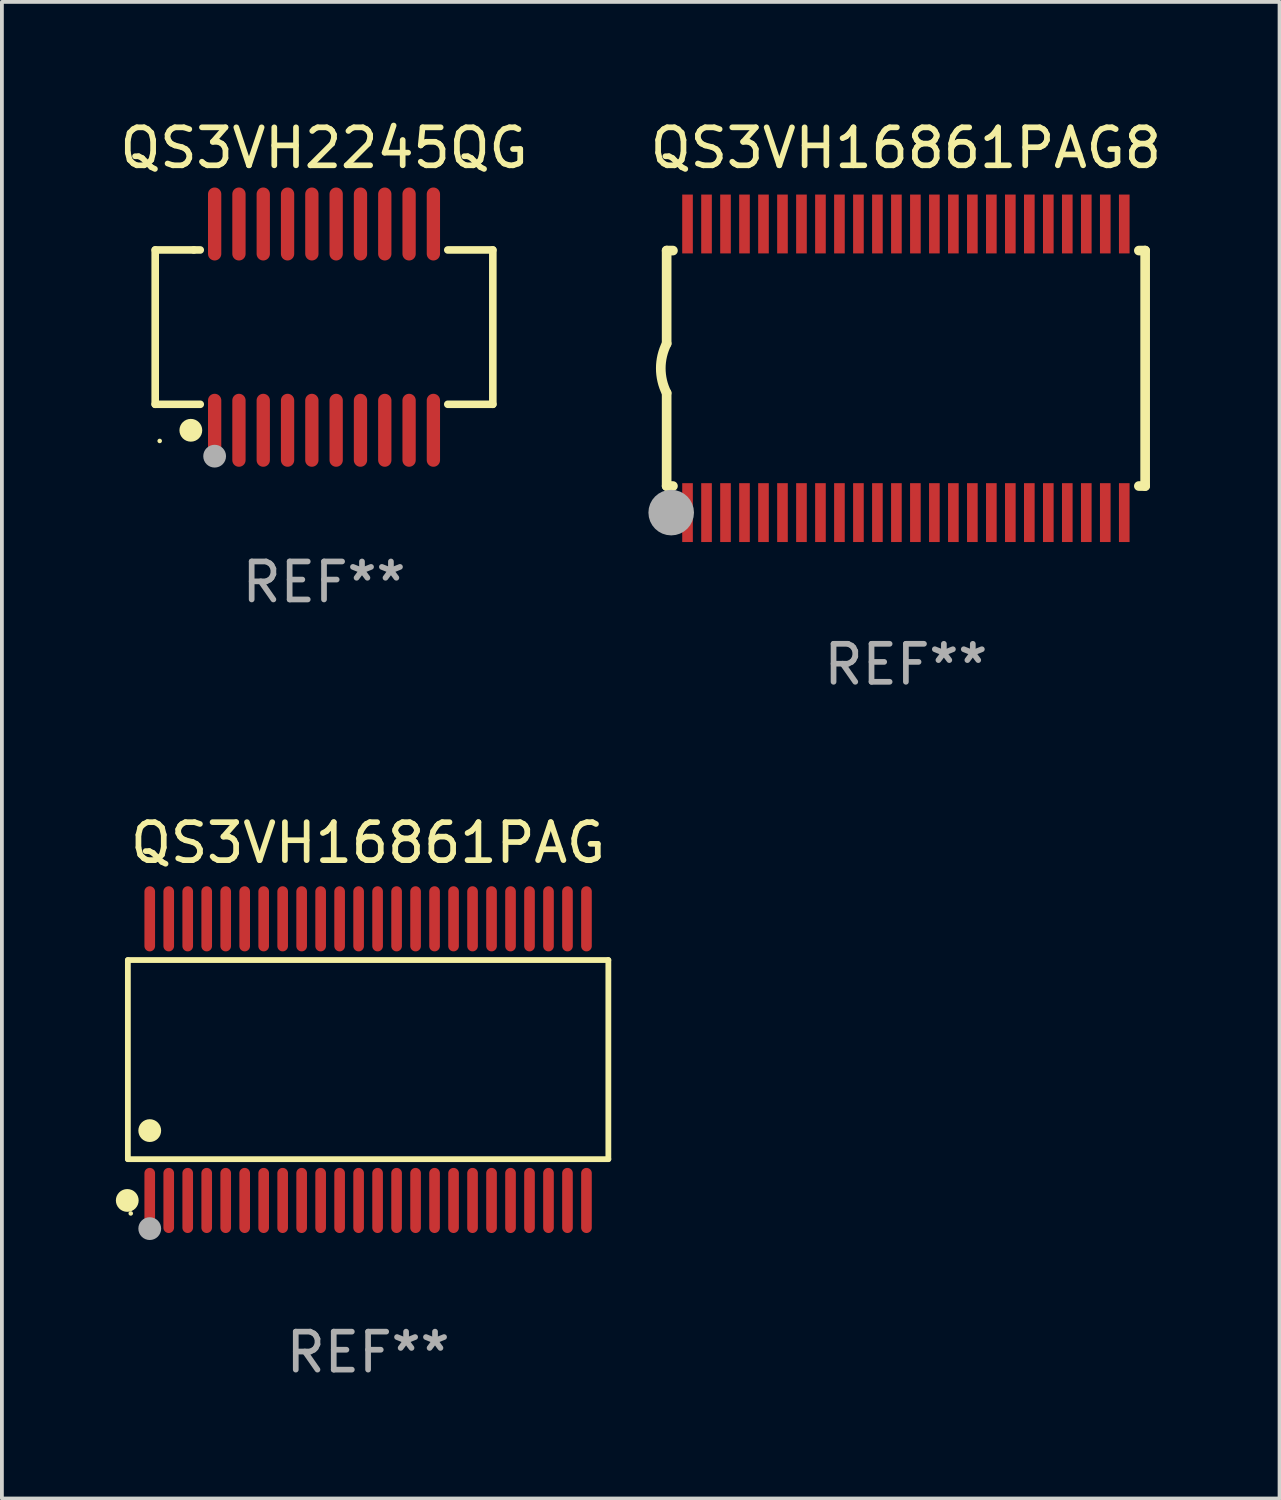
<source format=kicad_pcb>
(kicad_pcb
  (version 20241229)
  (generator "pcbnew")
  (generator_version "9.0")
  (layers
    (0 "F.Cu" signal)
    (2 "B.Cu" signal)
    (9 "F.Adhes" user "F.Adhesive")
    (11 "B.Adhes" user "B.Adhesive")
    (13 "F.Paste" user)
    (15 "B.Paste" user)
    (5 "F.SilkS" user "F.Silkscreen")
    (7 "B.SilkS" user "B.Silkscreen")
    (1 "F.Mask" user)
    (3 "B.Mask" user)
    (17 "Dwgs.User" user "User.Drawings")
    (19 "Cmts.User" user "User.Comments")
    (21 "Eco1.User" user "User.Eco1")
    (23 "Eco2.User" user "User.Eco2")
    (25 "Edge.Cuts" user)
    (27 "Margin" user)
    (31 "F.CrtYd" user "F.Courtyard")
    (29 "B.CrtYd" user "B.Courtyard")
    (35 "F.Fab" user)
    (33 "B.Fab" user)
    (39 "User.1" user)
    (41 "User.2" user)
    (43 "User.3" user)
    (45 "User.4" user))
  (footprint "QS3VH16861PAG8"
    (layer "F.Cu")
    (at 20.804 6.648)
    (property "Reference" "QS3VH16861PAG8" (at 0 -5.8 0) (layer "F.SilkS") (effects (font (size 1 1) (thickness 0.15))))
    (attr through_hole)
    (fp_line (start -6.3 -3.1) (end -6.3 -0.65) (stroke (width 0.254) (type solid)) (layer "F.SilkS"))
    (fp_line (start -6.3 -3.1) (end -6.134 -3.1) (stroke (width 0.254) (type solid)) (layer "F.SilkS"))
    (fp_line (start -6.3 3.1) (end -6.3 0.65) (stroke (width 0.254) (type solid)) (layer "F.SilkS"))
    (fp_line (start -6.3 3.1) (end -6.134 3.1) (stroke (width 0.254) (type solid)) (layer "F.SilkS"))
    (fp_line (start 6.134 -3.1) (end 6.3 -3.1) (stroke (width 0.254) (type solid)) (layer "F.SilkS"))
    (fp_line (start 6.134 3.1) (end 6.3 3.1) (stroke (width 0.254) (type solid)) (layer "F.SilkS"))
    (fp_line (start 6.3 -3.1) (end 6.3 3.1) (stroke (width 0.254) (type solid)) (layer "F.SilkS"))
    (fp_arc (start -6.301016 0.650114) (mid -6.45413 -0.000082) (end -6.3 -0.650038) (stroke (width 0.254001) (type solid)) (layer "F.SilkS"))
    (fp_circle (center -6.35 3.81) (end -6.223 3.81) (stroke (width 0.254) (type solid)) (fill no) (layer "F.SilkS"))
    (fp_circle (center -6.25 4.05) (end -6.22 4.05) (stroke (width 0.06) (type solid)) (fill no) (layer "F.SilkS"))
    (fp_circle (center -6.18 3.8) (end -5.88 3.8) (stroke (width 0.6) (type solid)) (fill no) (layer "F.Fab"))
    (fp_text user "REF**" (at 0 7.8 0) (layer "F.Fab") (effects (font (size 1 1) (thickness 0.15))))
    (pad "1" smd rect (at -5.75 3.8) (size 0.28 1.55) (layers "F.Cu" "F.Mask" "F.Paste"))
    (pad "2" smd rect (at -5.25 3.8) (size 0.28 1.55) (layers "F.Cu" "F.Mask" "F.Paste"))
    (pad "3" smd rect (at -4.75 3.8) (size 0.28 1.55) (layers "F.Cu" "F.Mask" "F.Paste"))
    (pad "4" smd rect (at -4.25 3.8) (size 0.28 1.55) (layers "F.Cu" "F.Mask" "F.Paste"))
    (pad "5" smd rect (at -3.75 3.8) (size 0.28 1.55) (layers "F.Cu" "F.Mask" "F.Paste"))
    (pad "6" smd rect (at -3.25 3.8) (size 0.28 1.55) (layers "F.Cu" "F.Mask" "F.Paste"))
    (pad "7" smd rect (at -2.75 3.8) (size 0.28 1.55) (layers "F.Cu" "F.Mask" "F.Paste"))
    (pad "8" smd rect (at -2.25 3.8) (size 0.28 1.55) (layers "F.Cu" "F.Mask" "F.Paste"))
    (pad "9" smd rect (at -1.75 3.8) (size 0.28 1.55) (layers "F.Cu" "F.Mask" "F.Paste"))
    (pad "10" smd rect (at -1.25 3.8) (size 0.28 1.55) (layers "F.Cu" "F.Mask" "F.Paste"))
    (pad "11" smd rect (at -0.75 3.8) (size 0.28 1.55) (layers "F.Cu" "F.Mask" "F.Paste"))
    (pad "12" smd rect (at -0.25 3.8) (size 0.28 1.55) (layers "F.Cu" "F.Mask" "F.Paste"))
    (pad "13" smd rect (at 0.25 3.8) (size 0.28 1.55) (layers "F.Cu" "F.Mask" "F.Paste"))
    (pad "14" smd rect (at 0.75 3.8) (size 0.28 1.55) (layers "F.Cu" "F.Mask" "F.Paste"))
    (pad "15" smd rect (at 1.25 3.8) (size 0.28 1.55) (layers "F.Cu" "F.Mask" "F.Paste"))
    (pad "16" smd rect (at 1.75 3.8) (size 0.28 1.55) (layers "F.Cu" "F.Mask" "F.Paste"))
    (pad "17" smd rect (at 2.25 3.8) (size 0.28 1.55) (layers "F.Cu" "F.Mask" "F.Paste"))
    (pad "18" smd rect (at 2.75 3.8) (size 0.28 1.55) (layers "F.Cu" "F.Mask" "F.Paste"))
    (pad "19" smd rect (at 3.25 3.8) (size 0.28 1.55) (layers "F.Cu" "F.Mask" "F.Paste"))
    (pad "20" smd rect (at 3.75 3.8) (size 0.28 1.55) (layers "F.Cu" "F.Mask" "F.Paste"))
    (pad "21" smd rect (at 4.25 3.8) (size 0.28 1.55) (layers "F.Cu" "F.Mask" "F.Paste"))
    (pad "22" smd rect (at 4.75 3.8) (size 0.28 1.55) (layers "F.Cu" "F.Mask" "F.Paste"))
    (pad "23" smd rect (at 5.25 3.8) (size 0.28 1.55) (layers "F.Cu" "F.Mask" "F.Paste"))
    (pad "24" smd rect (at 5.75 3.8) (size 0.28 1.55) (layers "F.Cu" "F.Mask" "F.Paste"))
    (pad "25" smd rect (at 5.75 -3.8) (size 0.28 1.55) (layers "F.Cu" "F.Mask" "F.Paste"))
    (pad "26" smd rect (at 5.25 -3.8) (size 0.28 1.55) (layers "F.Cu" "F.Mask" "F.Paste"))
    (pad "27" smd rect (at 4.75 -3.8) (size 0.28 1.55) (layers "F.Cu" "F.Mask" "F.Paste"))
    (pad "28" smd rect (at 4.25 -3.8) (size 0.28 1.55) (layers "F.Cu" "F.Mask" "F.Paste"))
    (pad "29" smd rect (at 3.75 -3.8) (size 0.28 1.55) (layers "F.Cu" "F.Mask" "F.Paste"))
    (pad "30" smd rect (at 3.25 -3.8) (size 0.28 1.55) (layers "F.Cu" "F.Mask" "F.Paste"))
    (pad "31" smd rect (at 2.75 -3.8) (size 0.28 1.55) (layers "F.Cu" "F.Mask" "F.Paste"))
    (pad "32" smd rect (at 2.25 -3.8) (size 0.28 1.55) (layers "F.Cu" "F.Mask" "F.Paste"))
    (pad "33" smd rect (at 1.75 -3.8) (size 0.28 1.55) (layers "F.Cu" "F.Mask" "F.Paste"))
    (pad "34" smd rect (at 1.25 -3.8) (size 0.28 1.55) (layers "F.Cu" "F.Mask" "F.Paste"))
    (pad "35" smd rect (at 0.75 -3.8) (size 0.28 1.55) (layers "F.Cu" "F.Mask" "F.Paste"))
    (pad "36" smd rect (at 0.25 -3.8) (size 0.28 1.55) (layers "F.Cu" "F.Mask" "F.Paste"))
    (pad "37" smd rect (at -0.25 -3.8) (size 0.28 1.55) (layers "F.Cu" "F.Mask" "F.Paste"))
    (pad "38" smd rect (at -0.75 -3.8) (size 0.28 1.55) (layers "F.Cu" "F.Mask" "F.Paste"))
    (pad "39" smd rect (at -1.25 -3.8) (size 0.28 1.55) (layers "F.Cu" "F.Mask" "F.Paste"))
    (pad "40" smd rect (at -1.75 -3.8) (size 0.28 1.55) (layers "F.Cu" "F.Mask" "F.Paste"))
    (pad "41" smd rect (at -2.25 -3.8) (size 0.28 1.55) (layers "F.Cu" "F.Mask" "F.Paste"))
    (pad "42" smd rect (at -2.75 -3.8) (size 0.28 1.55) (layers "F.Cu" "F.Mask" "F.Paste"))
    (pad "43" smd rect (at -3.25 -3.8) (size 0.28 1.55) (layers "F.Cu" "F.Mask" "F.Paste"))
    (pad "44" smd rect (at -3.75 -3.8) (size 0.28 1.55) (layers "F.Cu" "F.Mask" "F.Paste"))
    (pad "45" smd rect (at -4.25 -3.8) (size 0.28 1.55) (layers "F.Cu" "F.Mask" "F.Paste"))
    (pad "46" smd rect (at -4.75 -3.8) (size 0.28 1.55) (layers "F.Cu" "F.Mask" "F.Paste"))
    (pad "47" smd rect (at -5.25 -3.8) (size 0.28 1.55) (layers "F.Cu" "F.Mask" "F.Paste"))
    (pad "48" smd rect (at -5.75 -3.8) (size 0.28 1.55) (layers "F.Cu" "F.Mask" "F.Paste")))
  (footprint "QS3VH2245QG"
    (layer "F.Cu")
    (at 5.482 5.564)
    (property "Reference" "QS3VH2245QG" (at 0 -4.716 0) (layer "F.SilkS") (effects (font (size 1 1) (thickness 0.15))))
    (attr through_hole)
    (fp_line (start -4.445 -2.032) (end -4.445 2.032) (stroke (width 0.2) (type solid)) (layer "F.SilkS"))
    (fp_line (start -4.445 2.032) (end -3.259 2.032) (stroke (width 0.2) (type solid)) (layer "F.SilkS"))
    (fp_line (start -3.429 -2.032) (end -4.445 -2.032) (stroke (width 0.2) (type solid)) (layer "F.SilkS"))
    (fp_line (start -3.259 -2.032) (end -3.429 -2.032) (stroke (width 0.2) (type solid)) (layer "F.SilkS"))
    (fp_line (start 3.259 2.032) (end 4.445 2.032) (stroke (width 0.2) (type solid)) (layer "F.SilkS"))
    (fp_line (start 4.445 -2.032) (end 3.259 -2.032) (stroke (width 0.2) (type solid)) (layer "F.SilkS"))
    (fp_line (start 4.445 2.032) (end 4.445 -2.032) (stroke (width 0.2) (type solid)) (layer "F.SilkS"))
    (fp_circle (center -4.327 2.997) (end -4.297 2.997) (stroke (width 0.06) (type solid)) (fill no) (layer "F.SilkS"))
    (fp_circle (center -3.507 2.716) (end -3.357 2.716) (stroke (width 0.3) (type solid)) (fill no) (layer "F.SilkS"))
    (fp_circle (center -2.88 3.398) (end -2.73 3.398) (stroke (width 0.3) (type solid)) (fill no) (layer "F.Fab"))
    (fp_text user "REF**" (at 0 6.716 0) (layer "F.Fab") (effects (font (size 1 1) (thickness 0.15))))
    (pad "1" smd oval (at -2.88 2.716) (size 0.35 1.922) (layers "F.Cu" "F.Mask" "F.Paste"))
    (pad "2" smd oval (at -2.24 2.716) (size 0.35 1.922) (layers "F.Cu" "F.Mask" "F.Paste"))
    (pad "3" smd oval (at -1.6 2.716) (size 0.35 1.922) (layers "F.Cu" "F.Mask" "F.Paste"))
    (pad "4" smd oval (at -0.96 2.716) (size 0.35 1.922) (layers "F.Cu" "F.Mask" "F.Paste"))
    (pad "5" smd oval (at -0.32 2.716) (size 0.35 1.922) (layers "F.Cu" "F.Mask" "F.Paste"))
    (pad "6" smd oval (at 0.32 2.716) (size 0.35 1.922) (layers "F.Cu" "F.Mask" "F.Paste"))
    (pad "7" smd oval (at 0.96 2.716) (size 0.35 1.922) (layers "F.Cu" "F.Mask" "F.Paste"))
    (pad "8" smd oval (at 1.6 2.716) (size 0.35 1.922) (layers "F.Cu" "F.Mask" "F.Paste"))
    (pad "9" smd oval (at 2.24 2.716) (size 0.35 1.922) (layers "F.Cu" "F.Mask" "F.Paste"))
    (pad "10" smd oval (at 2.88 2.716) (size 0.35 1.922) (layers "F.Cu" "F.Mask" "F.Paste"))
    (pad "11" smd oval (at 2.88 -2.716) (size 0.35 1.922) (layers "F.Cu" "F.Mask" "F.Paste"))
    (pad "12" smd oval (at 2.24 -2.716) (size 0.35 1.922) (layers "F.Cu" "F.Mask" "F.Paste"))
    (pad "13" smd oval (at 1.6 -2.716) (size 0.35 1.922) (layers "F.Cu" "F.Mask" "F.Paste"))
    (pad "14" smd oval (at 0.96 -2.716) (size 0.35 1.922) (layers "F.Cu" "F.Mask" "F.Paste"))
    (pad "15" smd oval (at 0.32 -2.716) (size 0.35 1.922) (layers "F.Cu" "F.Mask" "F.Paste"))
    (pad "16" smd oval (at -0.32 -2.716) (size 0.35 1.922) (layers "F.Cu" "F.Mask" "F.Paste"))
    (pad "17" smd oval (at -0.96 -2.716) (size 0.35 1.922) (layers "F.Cu" "F.Mask" "F.Paste"))
    (pad "18" smd oval (at -1.6 -2.716) (size 0.35 1.922) (layers "F.Cu" "F.Mask" "F.Paste"))
    (pad "19" smd oval (at -2.24 -2.716) (size 0.35 1.922) (layers "F.Cu" "F.Mask" "F.Paste"))
    (pad "20" smd oval (at -2.88 -2.716) (size 0.35 1.922) (layers "F.Cu" "F.Mask" "F.Paste")))
  (footprint "QS3VH16861PAG"
    (layer "F.Cu")
    (at 6.643 24.852)
    (property "Reference" "QS3VH16861PAG" (at 0 -5.708 0) (layer "F.SilkS") (effects (font (size 1 1) (thickness 0.15))))
    (attr through_hole)
    (fp_line (start -6.326 -2.622) (end 6.326 -2.622) (stroke (width 0.152) (type solid)) (layer "F.SilkS"))
    (fp_line (start -6.326 2.621) (end -6.326 -2.622) (stroke (width 0.152) (type solid)) (layer "F.SilkS"))
    (fp_line (start 6.326 -2.622) (end 6.326 2.621) (stroke (width 0.152) (type solid)) (layer "F.SilkS"))
    (fp_line (start 6.326 2.621) (end -6.326 2.621) (stroke (width 0.152) (type solid)) (layer "F.SilkS"))
    (fp_circle (center -6.342 3.708) (end -6.192 3.708) (stroke (width 0.3) (type solid)) (fill no) (layer "F.SilkS"))
    (fp_circle (center -6.25 4.05) (end -6.22 4.05) (stroke (width 0.06) (type solid)) (fill no) (layer "F.SilkS"))
    (fp_circle (center -5.75 1.869) (end -5.6 1.869) (stroke (width 0.3) (type solid)) (fill no) (layer "F.SilkS"))
    (fp_circle (center -5.75 4.45) (end -5.6 4.45) (stroke (width 0.3) (type solid)) (fill no) (layer "F.Fab"))
    (fp_text user "REF**" (at 0 7.708 0) (layer "F.Fab") (effects (font (size 1 1) (thickness 0.15))))
    (pad "1" smd oval (at -5.75 3.708) (size 0.28 1.715) (layers "F.Cu" "F.Mask" "F.Paste"))
    (pad "2" smd oval (at -5.25 3.708) (size 0.28 1.715) (layers "F.Cu" "F.Mask" "F.Paste"))
    (pad "3" smd oval (at -4.75 3.708) (size 0.28 1.715) (layers "F.Cu" "F.Mask" "F.Paste"))
    (pad "4" smd oval (at -4.25 3.708) (size 0.28 1.715) (layers "F.Cu" "F.Mask" "F.Paste"))
    (pad "5" smd oval (at -3.75 3.708) (size 0.28 1.715) (layers "F.Cu" "F.Mask" "F.Paste"))
    (pad "6" smd oval (at -3.25 3.708) (size 0.28 1.715) (layers "F.Cu" "F.Mask" "F.Paste"))
    (pad "7" smd oval (at -2.75 3.708) (size 0.28 1.715) (layers "F.Cu" "F.Mask" "F.Paste"))
    (pad "8" smd oval (at -2.25 3.708) (size 0.28 1.715) (layers "F.Cu" "F.Mask" "F.Paste"))
    (pad "9" smd oval (at -1.75 3.708) (size 0.28 1.715) (layers "F.Cu" "F.Mask" "F.Paste"))
    (pad "10" smd oval (at -1.25 3.708) (size 0.28 1.715) (layers "F.Cu" "F.Mask" "F.Paste"))
    (pad "11" smd oval (at -0.75 3.708) (size 0.28 1.715) (layers "F.Cu" "F.Mask" "F.Paste"))
    (pad "12" smd oval (at -0.25 3.708) (size 0.28 1.715) (layers "F.Cu" "F.Mask" "F.Paste"))
    (pad "13" smd oval (at 0.25 3.708) (size 0.28 1.715) (layers "F.Cu" "F.Mask" "F.Paste"))
    (pad "14" smd oval (at 0.75 3.708) (size 0.28 1.715) (layers "F.Cu" "F.Mask" "F.Paste"))
    (pad "15" smd oval (at 1.25 3.708) (size 0.28 1.715) (layers "F.Cu" "F.Mask" "F.Paste"))
    (pad "16" smd oval (at 1.75 3.708) (size 0.28 1.715) (layers "F.Cu" "F.Mask" "F.Paste"))
    (pad "17" smd oval (at 2.25 3.708) (size 0.28 1.715) (layers "F.Cu" "F.Mask" "F.Paste"))
    (pad "18" smd oval (at 2.75 3.708) (size 0.28 1.715) (layers "F.Cu" "F.Mask" "F.Paste"))
    (pad "19" smd oval (at 3.25 3.708) (size 0.28 1.715) (layers "F.Cu" "F.Mask" "F.Paste"))
    (pad "20" smd oval (at 3.75 3.708) (size 0.28 1.715) (layers "F.Cu" "F.Mask" "F.Paste"))
    (pad "21" smd oval (at 4.25 3.708) (size 0.28 1.715) (layers "F.Cu" "F.Mask" "F.Paste"))
    (pad "22" smd oval (at 4.75 3.708) (size 0.28 1.715) (layers "F.Cu" "F.Mask" "F.Paste"))
    (pad "23" smd oval (at 5.25 3.708) (size 0.28 1.715) (layers "F.Cu" "F.Mask" "F.Paste"))
    (pad "24" smd oval (at 5.75 3.708) (size 0.28 1.715) (layers "F.Cu" "F.Mask" "F.Paste"))
    (pad "25" smd oval (at 5.75 -3.708) (size 0.28 1.715) (layers "F.Cu" "F.Mask" "F.Paste"))
    (pad "26" smd oval (at 5.25 -3.708) (size 0.28 1.715) (layers "F.Cu" "F.Mask" "F.Paste"))
    (pad "27" smd oval (at 4.75 -3.708) (size 0.28 1.715) (layers "F.Cu" "F.Mask" "F.Paste"))
    (pad "28" smd oval (at 4.25 -3.708) (size 0.28 1.715) (layers "F.Cu" "F.Mask" "F.Paste"))
    (pad "29" smd oval (at 3.75 -3.708) (size 0.28 1.715) (layers "F.Cu" "F.Mask" "F.Paste"))
    (pad "30" smd oval (at 3.25 -3.708) (size 0.28 1.715) (layers "F.Cu" "F.Mask" "F.Paste"))
    (pad "31" smd oval (at 2.75 -3.708) (size 0.28 1.715) (layers "F.Cu" "F.Mask" "F.Paste"))
    (pad "32" smd oval (at 2.25 -3.708) (size 0.28 1.715) (layers "F.Cu" "F.Mask" "F.Paste"))
    (pad "33" smd oval (at 1.75 -3.708) (size 0.28 1.715) (layers "F.Cu" "F.Mask" "F.Paste"))
    (pad "34" smd oval (at 1.25 -3.708) (size 0.28 1.715) (layers "F.Cu" "F.Mask" "F.Paste"))
    (pad "35" smd oval (at 0.75 -3.708) (size 0.28 1.715) (layers "F.Cu" "F.Mask" "F.Paste"))
    (pad "36" smd oval (at 0.25 -3.708) (size 0.28 1.715) (layers "F.Cu" "F.Mask" "F.Paste"))
    (pad "37" smd oval (at -0.25 -3.708) (size 0.28 1.715) (layers "F.Cu" "F.Mask" "F.Paste"))
    (pad "38" smd oval (at -0.75 -3.708) (size 0.28 1.715) (layers "F.Cu" "F.Mask" "F.Paste"))
    (pad "39" smd oval (at -1.25 -3.708) (size 0.28 1.715) (layers "F.Cu" "F.Mask" "F.Paste"))
    (pad "40" smd oval (at -1.75 -3.708) (size 0.28 1.715) (layers "F.Cu" "F.Mask" "F.Paste"))
    (pad "41" smd oval (at -2.25 -3.708) (size 0.28 1.715) (layers "F.Cu" "F.Mask" "F.Paste"))
    (pad "42" smd oval (at -2.75 -3.708) (size 0.28 1.715) (layers "F.Cu" "F.Mask" "F.Paste"))
    (pad "43" smd oval (at -3.25 -3.708) (size 0.28 1.715) (layers "F.Cu" "F.Mask" "F.Paste"))
    (pad "44" smd oval (at -3.75 -3.708) (size 0.28 1.715) (layers "F.Cu" "F.Mask" "F.Paste"))
    (pad "45" smd oval (at -4.25 -3.708) (size 0.28 1.715) (layers "F.Cu" "F.Mask" "F.Paste"))
    (pad "46" smd oval (at -4.75 -3.708) (size 0.28 1.715) (layers "F.Cu" "F.Mask" "F.Paste"))
    (pad "47" smd oval (at -5.25 -3.708) (size 0.28 1.715) (layers "F.Cu" "F.Mask" "F.Paste"))
    (pad "48" smd oval (at -5.75 -3.708) (size 0.28 1.715) (layers "F.Cu" "F.Mask" "F.Paste")))
  (gr_rect
    (start -3 -3)
    (end 30.643 36.408)
    (stroke (width 0.1) (type default))
    (fill no)
    (layer "Edge.Cuts")))
</source>
